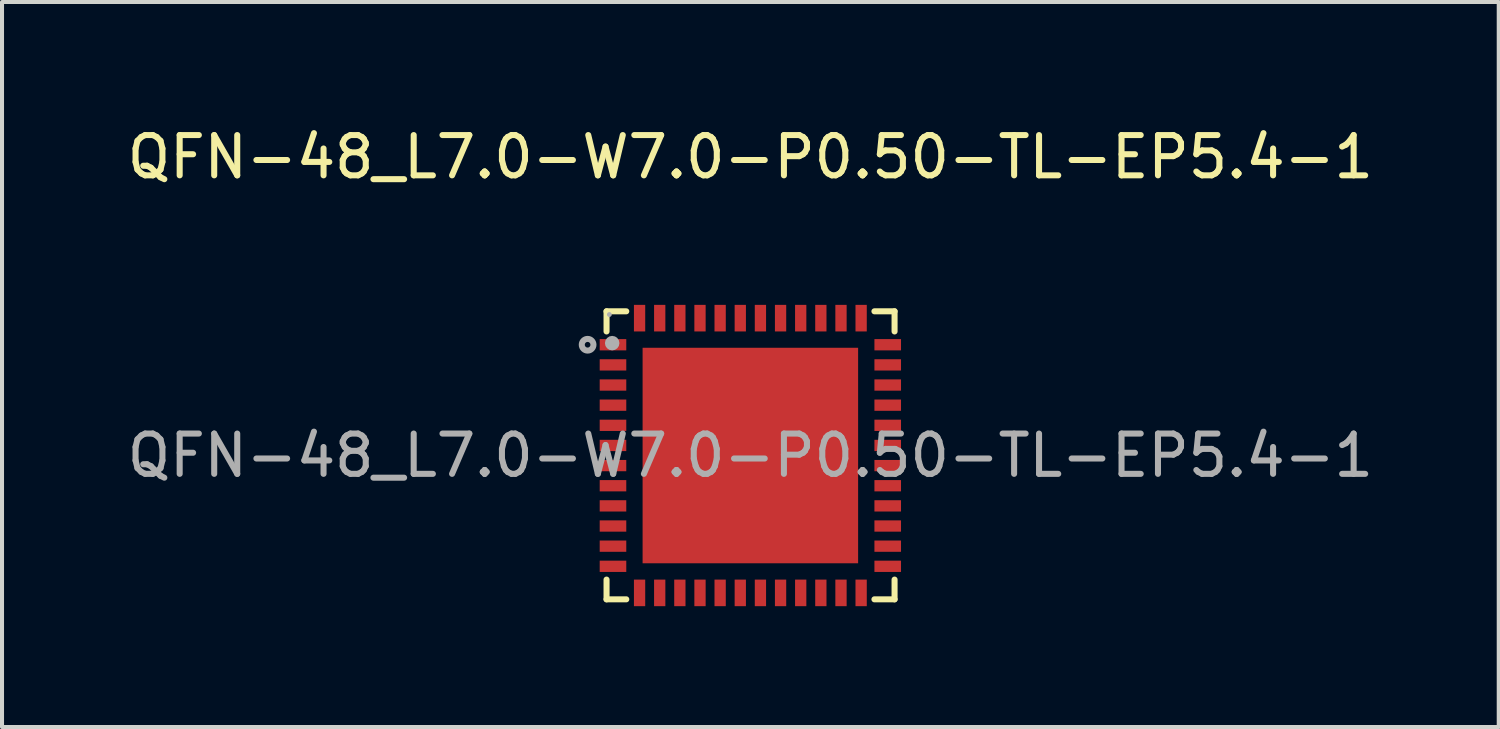
<source format=kicad_pcb>
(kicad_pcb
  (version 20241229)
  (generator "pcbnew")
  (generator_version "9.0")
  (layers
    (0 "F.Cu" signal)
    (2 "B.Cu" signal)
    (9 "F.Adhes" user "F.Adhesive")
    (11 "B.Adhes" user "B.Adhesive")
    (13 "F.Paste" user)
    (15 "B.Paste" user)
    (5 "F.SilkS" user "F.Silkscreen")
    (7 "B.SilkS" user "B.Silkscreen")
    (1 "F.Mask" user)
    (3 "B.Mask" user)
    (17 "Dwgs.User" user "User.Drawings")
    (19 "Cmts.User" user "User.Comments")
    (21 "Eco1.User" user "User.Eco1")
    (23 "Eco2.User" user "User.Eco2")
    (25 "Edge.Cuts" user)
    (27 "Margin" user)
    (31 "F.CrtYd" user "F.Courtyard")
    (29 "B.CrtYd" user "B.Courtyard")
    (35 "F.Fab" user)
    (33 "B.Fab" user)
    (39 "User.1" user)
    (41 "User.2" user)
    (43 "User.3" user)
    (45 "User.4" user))
  (footprint "QFN-48_L7.0-W7.0-P0.50-TL-EP5.4-1"
    (layer "F.Cu")
    (at 15.577 8.258)
    (property "Reference" "QFN-48_L7.0-W7.0-P0.50-TL-EP5.4-1" (at 0 -7.41 0) (layer "F.SilkS") (effects (font (size 1 1) (thickness 0.15))))
    (attr smd)
    (fp_line (start -3.57 -3.58) (end -3.57 -3.08) (stroke (width 0.15) (type solid)) (layer "F.SilkS"))
    (fp_line (start -3.57 3.57) (end -3.57 3.08) (stroke (width 0.15) (type solid)) (layer "F.SilkS"))
    (fp_line (start -3.08 -3.58) (end -3.57 -3.58) (stroke (width 0.15) (type solid)) (layer "F.SilkS"))
    (fp_line (start -3.08 3.57) (end -3.57 3.57) (stroke (width 0.15) (type solid)) (layer "F.SilkS"))
    (fp_line (start 3.08 -3.58) (end 3.58 -3.58) (stroke (width 0.15) (type solid)) (layer "F.SilkS"))
    (fp_line (start 3.08 3.57) (end 3.58 3.57) (stroke (width 0.15) (type solid)) (layer "F.SilkS"))
    (fp_line (start 3.58 -3.58) (end 3.58 -3.08) (stroke (width 0.15) (type solid)) (layer "F.SilkS"))
    (fp_line (start 3.58 3.57) (end 3.58 3.08) (stroke (width 0.15) (type solid)) (layer "F.SilkS"))
    (fp_circle (center -4.04 -2.75) (end -3.97 -2.75) (stroke (width 0.15) (type solid)) (fill no) (layer "F.Fab"))
    (fp_circle (center -3.5 -3.5) (end -3.47 -3.5) (stroke (width 0.06) (type solid)) (fill no) (layer "F.Fab"))
    (fp_circle (center -3.43 -2.79) (end -3.34 -2.79) (stroke (width 0.18) (type solid)) (fill no) (layer "F.Fab"))
    (fp_text user "${REFERENCE}" (at 0 0 0) (layer "F.Fab") (effects (font (size 1 1) (thickness 0.15))))
    (pad "1" smd rect (at -3.41 -2.75) (size 0.66 0.28) (layers "F.Cu" "F.Mask" "F.Paste"))
    (pad "2" smd rect (at -3.41 -2.25) (size 0.66 0.28) (layers "F.Cu" "F.Mask" "F.Paste"))
    (pad "3" smd rect (at -3.41 -1.75) (size 0.66 0.28) (layers "F.Cu" "F.Mask" "F.Paste"))
    (pad "4" smd rect (at -3.41 -1.25) (size 0.66 0.28) (layers "F.Cu" "F.Mask" "F.Paste"))
    (pad "5" smd rect (at -3.41 -0.75) (size 0.66 0.28) (layers "F.Cu" "F.Mask" "F.Paste"))
    (pad "6" smd rect (at -3.41 -0.25) (size 0.66 0.28) (layers "F.Cu" "F.Mask" "F.Paste"))
    (pad "7" smd rect (at -3.41 0.25) (size 0.66 0.28) (layers "F.Cu" "F.Mask" "F.Paste"))
    (pad "8" smd rect (at -3.41 0.75) (size 0.66 0.28) (layers "F.Cu" "F.Mask" "F.Paste"))
    (pad "9" smd rect (at -3.41 1.25) (size 0.66 0.28) (layers "F.Cu" "F.Mask" "F.Paste"))
    (pad "10" smd rect (at -3.41 1.75) (size 0.66 0.28) (layers "F.Cu" "F.Mask" "F.Paste"))
    (pad "11" smd rect (at -3.41 2.25) (size 0.66 0.28) (layers "F.Cu" "F.Mask" "F.Paste"))
    (pad "12" smd rect (at -3.41 2.75) (size 0.66 0.28) (layers "F.Cu" "F.Mask" "F.Paste"))
    (pad "13" smd rect (at -2.75 3.41) (size 0.28 0.66) (layers "F.Cu" "F.Mask" "F.Paste"))
    (pad "14" smd rect (at -2.25 3.41) (size 0.28 0.66) (layers "F.Cu" "F.Mask" "F.Paste"))
    (pad "15" smd rect (at -1.75 3.41) (size 0.28 0.66) (layers "F.Cu" "F.Mask" "F.Paste"))
    (pad "16" smd rect (at -1.25 3.41) (size 0.28 0.66) (layers "F.Cu" "F.Mask" "F.Paste"))
    (pad "17" smd rect (at -0.75 3.41) (size 0.28 0.66) (layers "F.Cu" "F.Mask" "F.Paste"))
    (pad "18" smd rect (at -0.25 3.41) (size 0.28 0.66) (layers "F.Cu" "F.Mask" "F.Paste"))
    (pad "19" smd rect (at 0.25 3.41) (size 0.28 0.66) (layers "F.Cu" "F.Mask" "F.Paste"))
    (pad "20" smd rect (at 0.75 3.41) (size 0.28 0.66) (layers "F.Cu" "F.Mask" "F.Paste"))
    (pad "21" smd rect (at 1.25 3.41) (size 0.28 0.66) (layers "F.Cu" "F.Mask" "F.Paste"))
    (pad "22" smd rect (at 1.75 3.41) (size 0.28 0.66) (layers "F.Cu" "F.Mask" "F.Paste"))
    (pad "23" smd rect (at 2.25 3.41) (size 0.28 0.66) (layers "F.Cu" "F.Mask" "F.Paste"))
    (pad "24" smd rect (at 2.75 3.41) (size 0.28 0.66) (layers "F.Cu" "F.Mask" "F.Paste"))
    (pad "25" smd rect (at 3.41 2.75) (size 0.66 0.28) (layers "F.Cu" "F.Mask" "F.Paste"))
    (pad "26" smd rect (at 3.41 2.25) (size 0.66 0.28) (layers "F.Cu" "F.Mask" "F.Paste"))
    (pad "27" smd rect (at 3.41 1.75) (size 0.66 0.28) (layers "F.Cu" "F.Mask" "F.Paste"))
    (pad "28" smd rect (at 3.41 1.25) (size 0.66 0.28) (layers "F.Cu" "F.Mask" "F.Paste"))
    (pad "29" smd rect (at 3.41 0.75) (size 0.66 0.28) (layers "F.Cu" "F.Mask" "F.Paste"))
    (pad "30" smd rect (at 3.41 0.25) (size 0.66 0.28) (layers "F.Cu" "F.Mask" "F.Paste"))
    (pad "31" smd rect (at 3.41 -0.25) (size 0.66 0.28) (layers "F.Cu" "F.Mask" "F.Paste"))
    (pad "32" smd rect (at 3.41 -0.75) (size 0.66 0.28) (layers "F.Cu" "F.Mask" "F.Paste"))
    (pad "33" smd rect (at 3.41 -1.25) (size 0.66 0.28) (layers "F.Cu" "F.Mask" "F.Paste"))
    (pad "34" smd rect (at 3.41 -1.75) (size 0.66 0.28) (layers "F.Cu" "F.Mask" "F.Paste"))
    (pad "35" smd rect (at 3.41 -2.25) (size 0.66 0.28) (layers "F.Cu" "F.Mask" "F.Paste"))
    (pad "36" smd rect (at 3.41 -2.75) (size 0.66 0.28) (layers "F.Cu" "F.Mask" "F.Paste"))
    (pad "37" smd rect (at 2.75 -3.41) (size 0.28 0.66) (layers "F.Cu" "F.Mask" "F.Paste"))
    (pad "38" smd rect (at 2.25 -3.41) (size 0.28 0.66) (layers "F.Cu" "F.Mask" "F.Paste"))
    (pad "39" smd rect (at 1.75 -3.41) (size 0.28 0.66) (layers "F.Cu" "F.Mask" "F.Paste"))
    (pad "40" smd rect (at 1.25 -3.41) (size 0.28 0.66) (layers "F.Cu" "F.Mask" "F.Paste"))
    (pad "41" smd rect (at 0.75 -3.41) (size 0.28 0.66) (layers "F.Cu" "F.Mask" "F.Paste"))
    (pad "42" smd rect (at 0.25 -3.41) (size 0.28 0.66) (layers "F.Cu" "F.Mask" "F.Paste"))
    (pad "43" smd rect (at -0.25 -3.41) (size 0.28 0.66) (layers "F.Cu" "F.Mask" "F.Paste"))
    (pad "44" smd rect (at -0.75 -3.41) (size 0.28 0.66) (layers "F.Cu" "F.Mask" "F.Paste"))
    (pad "45" smd rect (at -1.25 -3.41) (size 0.28 0.66) (layers "F.Cu" "F.Mask" "F.Paste"))
    (pad "46" smd rect (at -1.75 -3.41) (size 0.28 0.66) (layers "F.Cu" "F.Mask" "F.Paste"))
    (pad "47" smd rect (at -2.25 -3.41) (size 0.28 0.66) (layers "F.Cu" "F.Mask" "F.Paste"))
    (pad "48" smd rect (at -2.75 -3.41) (size 0.28 0.66) (layers "F.Cu" "F.Mask" "F.Paste"))
    (pad "49" smd rect (at 0 0) (size 5.35 5.35) (layers "F.Cu" "F.Mask" "F.Paste")))
  (gr_rect
    (start -3 -3)
    (end 34.155 14.998)
    (stroke (width 0.1) (type default))
    (fill no)
    (layer "Edge.Cuts")))
</source>
